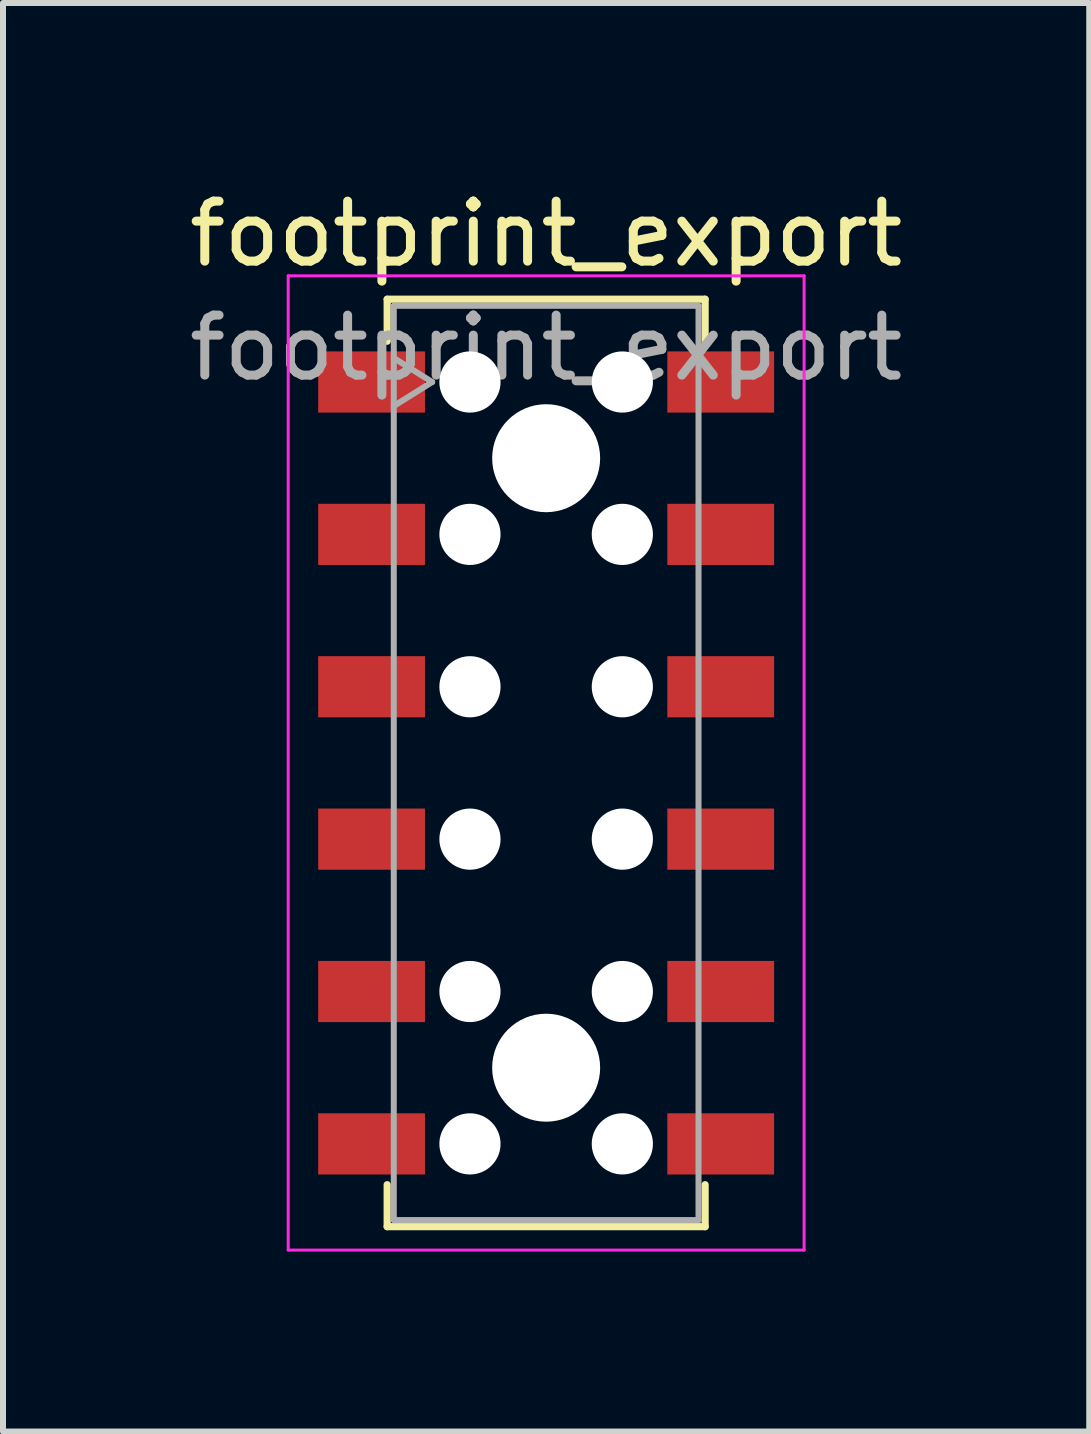
<source format=kicad_pcb>
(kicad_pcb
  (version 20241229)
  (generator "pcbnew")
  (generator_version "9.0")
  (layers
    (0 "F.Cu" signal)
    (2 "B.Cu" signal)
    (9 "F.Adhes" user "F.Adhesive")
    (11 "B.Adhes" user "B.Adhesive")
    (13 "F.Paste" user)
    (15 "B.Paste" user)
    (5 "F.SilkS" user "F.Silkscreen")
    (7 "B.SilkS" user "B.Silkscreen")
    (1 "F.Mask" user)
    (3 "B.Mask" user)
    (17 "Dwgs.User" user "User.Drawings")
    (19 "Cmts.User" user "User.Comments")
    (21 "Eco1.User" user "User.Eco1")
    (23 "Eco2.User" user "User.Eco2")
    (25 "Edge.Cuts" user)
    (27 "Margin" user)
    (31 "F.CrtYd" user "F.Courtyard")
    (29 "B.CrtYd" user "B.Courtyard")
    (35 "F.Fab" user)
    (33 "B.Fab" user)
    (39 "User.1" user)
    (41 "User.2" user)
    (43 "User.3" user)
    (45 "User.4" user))
  (footprint "footprint_export"
    (layer "F.Cu")
    (at 6.054 9.668)
    (property "Reference" "footprint_export" (at 0 -8.82 0) (layer "F.SilkS") (effects (font (size 1 1) (thickness 0.15))))
    (attr smd)
    (fp_line (start -2.65 -7.73) (end 2.65 -7.73) (stroke (width 0.12) (type solid)) (layer "F.SilkS"))
    (fp_line (start -2.65 -7.03) (end -2.65 -7.73) (stroke (width 0.12) (type solid)) (layer "F.SilkS"))
    (fp_line (start -2.65 7.03) (end -2.65 7.73) (stroke (width 0.12) (type solid)) (layer "F.SilkS"))
    (fp_line (start -2.65 7.73) (end 2.65 7.73) (stroke (width 0.12) (type solid)) (layer "F.SilkS"))
    (fp_line (start 2.65 -7.73) (end 2.65 -7.03) (stroke (width 0.12) (type solid)) (layer "F.SilkS"))
    (fp_line (start 2.65 7.73) (end 2.65 7.03) (stroke (width 0.12) (type solid)) (layer "F.SilkS"))
    (fp_line (start -4.3 -8.12) (end 4.3 -8.12) (stroke (width 0.05) (type solid)) (layer "F.CrtYd"))
    (fp_line (start -4.3 8.12) (end -4.3 -8.12) (stroke (width 0.05) (type solid)) (layer "F.CrtYd"))
    (fp_line (start 4.3 -8.12) (end 4.3 8.12) (stroke (width 0.05) (type solid)) (layer "F.CrtYd"))
    (fp_line (start 4.3 8.12) (end -4.3 8.12) (stroke (width 0.05) (type solid)) (layer "F.CrtYd"))
    (fp_line (start -2.54 -7.62) (end 2.54 -7.62) (stroke (width 0.1) (type solid)) (layer "F.Fab"))
    (fp_line (start -2.54 -6.75) (end -1.9 -6.35) (stroke (width 0.1) (type solid)) (layer "F.Fab"))
    (fp_line (start -2.54 7.62) (end -2.54 -7.62) (stroke (width 0.1) (type solid)) (layer "F.Fab"))
    (fp_line (start -1.9 -6.35) (end -2.54 -5.95) (stroke (width 0.1) (type solid)) (layer "F.Fab"))
    (fp_line (start 2.54 -7.62) (end 2.54 7.62) (stroke (width 0.1) (type solid)) (layer "F.Fab"))
    (fp_line (start 2.54 7.62) (end -2.54 7.62) (stroke (width 0.1) (type solid)) (layer "F.Fab"))
    (fp_text user "${REFERENCE}" (at 0 -6.92 0) (layer "F.Fab") (effects (font (size 1 1) (thickness 0.15))))
    (pad "" np_thru_hole circle (at -1.27 -6.35) (size 1.02 1.02) (drill 1.02) (layers "*.Cu" "*.Mask"))
    (pad "" np_thru_hole circle (at -1.27 -3.81) (size 1.02 1.02) (drill 1.02) (layers "*.Cu" "*.Mask"))
    (pad "" np_thru_hole circle (at -1.27 -1.27) (size 1.02 1.02) (drill 1.02) (layers "*.Cu" "*.Mask"))
    (pad "" np_thru_hole circle (at -1.27 1.27) (size 1.02 1.02) (drill 1.02) (layers "*.Cu" "*.Mask"))
    (pad "" np_thru_hole circle (at -1.27 3.81) (size 1.02 1.02) (drill 1.02) (layers "*.Cu" "*.Mask"))
    (pad "" np_thru_hole circle (at -1.27 6.35) (size 1.02 1.02) (drill 1.02) (layers "*.Cu" "*.Mask"))
    (pad "" np_thru_hole circle (at 0 -5.08) (size 1.8 1.8) (drill 1.8) (layers "*.Cu" "*.Mask"))
    (pad "" np_thru_hole circle (at 0 5.08) (size 1.8 1.8) (drill 1.8) (layers "*.Cu" "*.Mask"))
    (pad "" np_thru_hole circle (at 1.27 -6.35) (size 1.02 1.02) (drill 1.02) (layers "*.Cu" "*.Mask"))
    (pad "" np_thru_hole circle (at 1.27 -3.81) (size 1.02 1.02) (drill 1.02) (layers "*.Cu" "*.Mask"))
    (pad "" np_thru_hole circle (at 1.27 -1.27) (size 1.02 1.02) (drill 1.02) (layers "*.Cu" "*.Mask"))
    (pad "" np_thru_hole circle (at 1.27 1.27) (size 1.02 1.02) (drill 1.02) (layers "*.Cu" "*.Mask"))
    (pad "" np_thru_hole circle (at 1.27 3.81) (size 1.02 1.02) (drill 1.02) (layers "*.Cu" "*.Mask"))
    (pad "" np_thru_hole circle (at 1.27 6.35) (size 1.02 1.02) (drill 1.02) (layers "*.Cu" "*.Mask"))
    (pad "1" smd rect (at -2.91 -6.35) (size 1.78 1.02) (layers "F.Cu" "F.Mask" "F.Paste"))
    (pad "2" smd rect (at -2.91 -3.81) (size 1.78 1.02) (layers "F.Cu" "F.Mask" "F.Paste"))
    (pad "3" smd rect (at -2.91 -1.27) (size 1.78 1.02) (layers "F.Cu" "F.Mask" "F.Paste"))
    (pad "4" smd rect (at -2.91 1.27) (size 1.78 1.02) (layers "F.Cu" "F.Mask" "F.Paste"))
    (pad "5" smd rect (at -2.91 3.81) (size 1.78 1.02) (layers "F.Cu" "F.Mask" "F.Paste"))
    (pad "6" smd rect (at -2.91 6.35) (size 1.78 1.02) (layers "F.Cu" "F.Mask" "F.Paste"))
    (pad "7" smd rect (at 2.91 -6.35) (size 1.78 1.02) (layers "F.Cu" "F.Mask" "F.Paste"))
    (pad "8" smd rect (at 2.91 -3.81) (size 1.78 1.02) (layers "F.Cu" "F.Mask" "F.Paste"))
    (pad "9" smd rect (at 2.91 -1.27) (size 1.78 1.02) (layers "F.Cu" "F.Mask" "F.Paste"))
    (pad "10" smd rect (at 2.91 1.27) (size 1.78 1.02) (layers "F.Cu" "F.Mask" "F.Paste"))
    (pad "11" smd rect (at 2.91 3.81) (size 1.78 1.02) (layers "F.Cu" "F.Mask" "F.Paste"))
    (pad "12" smd rect (at 2.91 6.35) (size 1.78 1.02) (layers "F.Cu" "F.Mask" "F.Paste")))
  (gr_rect
    (start -3 -3)
    (end 15.107 20.813)
    (stroke (width 0.1) (type default))
    (fill no)
    (layer "Edge.Cuts")))
</source>
